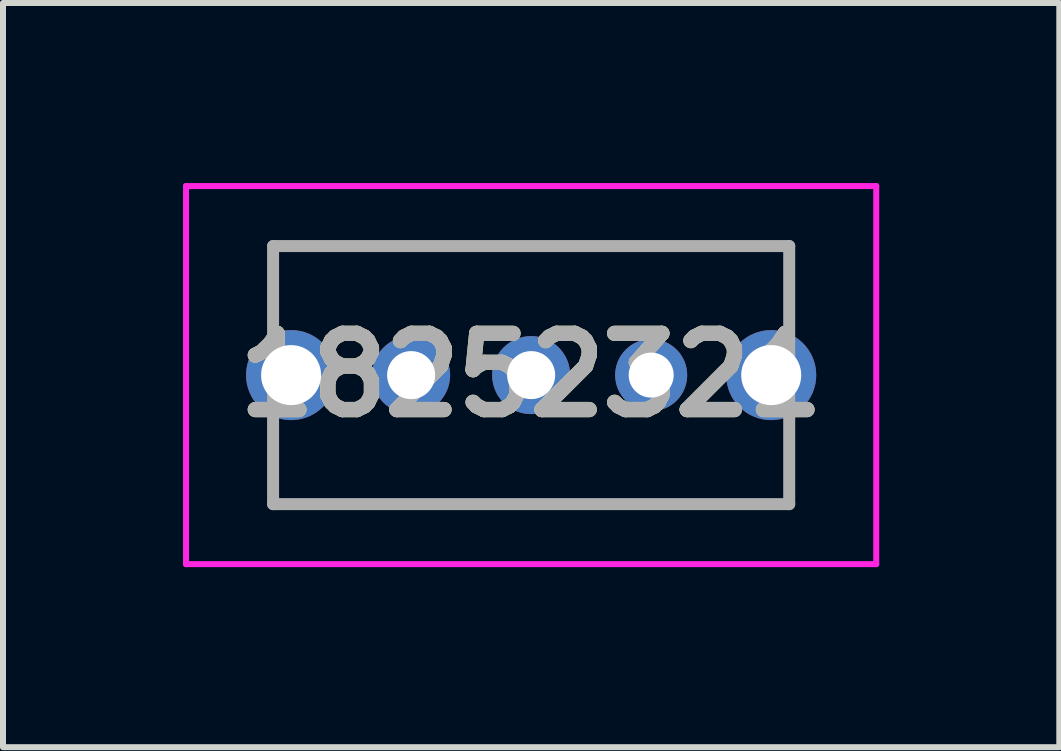
<source format=kicad_pcb>
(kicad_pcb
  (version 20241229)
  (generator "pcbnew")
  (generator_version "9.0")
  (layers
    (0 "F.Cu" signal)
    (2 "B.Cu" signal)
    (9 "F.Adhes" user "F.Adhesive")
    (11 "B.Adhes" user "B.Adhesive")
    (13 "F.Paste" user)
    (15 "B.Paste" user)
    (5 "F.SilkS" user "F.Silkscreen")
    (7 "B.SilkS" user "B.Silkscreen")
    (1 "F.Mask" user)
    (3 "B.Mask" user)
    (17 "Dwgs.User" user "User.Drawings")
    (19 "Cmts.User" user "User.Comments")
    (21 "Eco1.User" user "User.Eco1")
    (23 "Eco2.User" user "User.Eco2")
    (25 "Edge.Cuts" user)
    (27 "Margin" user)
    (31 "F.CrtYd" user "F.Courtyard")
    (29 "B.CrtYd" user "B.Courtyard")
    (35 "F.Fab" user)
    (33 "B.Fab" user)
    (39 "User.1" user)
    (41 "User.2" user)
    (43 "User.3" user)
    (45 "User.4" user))
  (footprint "18252321"
    (layer "F.Cu")
    (at 5.8 3.2)
    (property "Reference" "18252321" (at 0 0 0) (layer "F.SilkS") (effects (font (size 1.27 1.27) (thickness 0.254))))
    (attr through_hole)
    (fp_line (start -4.3 -2.15) (end 4.3 -2.15) (stroke (width 0.1) (type solid)) (layer "F.SilkS"))
    (fp_line (start -4.3 -1) (end -4.3 -2.15) (stroke (width 0.1) (type solid)) (layer "F.SilkS"))
    (fp_line (start -4.3 1) (end -4.3 2.15) (stroke (width 0.1) (type solid)) (layer "F.SilkS"))
    (fp_line (start -4.3 2.15) (end 4.3 2.15) (stroke (width 0.1) (type solid)) (layer "F.SilkS"))
    (fp_line (start 4.3 -2.15) (end 4.3 -1) (stroke (width 0.1) (type solid)) (layer "F.SilkS"))
    (fp_line (start 4.3 2.15) (end 4.3 1) (stroke (width 0.1) (type solid)) (layer "F.SilkS"))
    (fp_line (start -5.75 -3.15) (end 5.75 -3.15) (stroke (width 0.1) (type solid)) (layer "F.CrtYd"))
    (fp_line (start -5.75 3.15) (end -5.75 -3.15) (stroke (width 0.1) (type solid)) (layer "F.CrtYd"))
    (fp_line (start 5.75 -3.15) (end 5.75 3.15) (stroke (width 0.1) (type solid)) (layer "F.CrtYd"))
    (fp_line (start 5.75 3.15) (end -5.75 3.15) (stroke (width 0.1) (type solid)) (layer "F.CrtYd"))
    (fp_line (start -4.3 -2.15) (end 4.3 -2.15) (stroke (width 0.2) (type solid)) (layer "F.Fab"))
    (fp_line (start -4.3 2.15) (end -4.3 -2.15) (stroke (width 0.2) (type solid)) (layer "F.Fab"))
    (fp_line (start 4.3 -2.15) (end 4.3 2.15) (stroke (width 0.2) (type solid)) (layer "F.Fab"))
    (fp_line (start 4.3 2.15) (end -4.3 2.15) (stroke (width 0.2) (type solid)) (layer "F.Fab"))
    (fp_text user "${REFERENCE}" (at 0 0 0) (layer "F.Fab") (effects (font (size 1.27 1.27) (thickness 0.254))))
    (pad "1" thru_hole circle (at -2 0) (size 1.3 1.3) (drill 0.8) (layers "*.Cu" "*.Mask"))
    (pad "2" thru_hole circle (at 0 0) (size 1.3 1.3) (drill 0.8) (layers "*.Cu" "*.Mask"))
    (pad "3" thru_hole circle (at 2 0) (size 1.2 1.2) (drill 0.75) (layers "*.Cu" "*.Mask"))
    (pad "MH1" thru_hole circle (at -4 0) (size 1.5 1.5) (drill 1) (layers "*.Cu" "*.Mask"))
    (pad "MH2" thru_hole circle (at 4 0) (size 1.5 1.5) (drill 1) (layers "*.Cu" "*.Mask")))
  (gr_rect
    (start -3 -3)
    (end 14.6 9.4)
    (stroke (width 0.1) (type default))
    (fill no)
    (layer "Edge.Cuts")))
</source>
